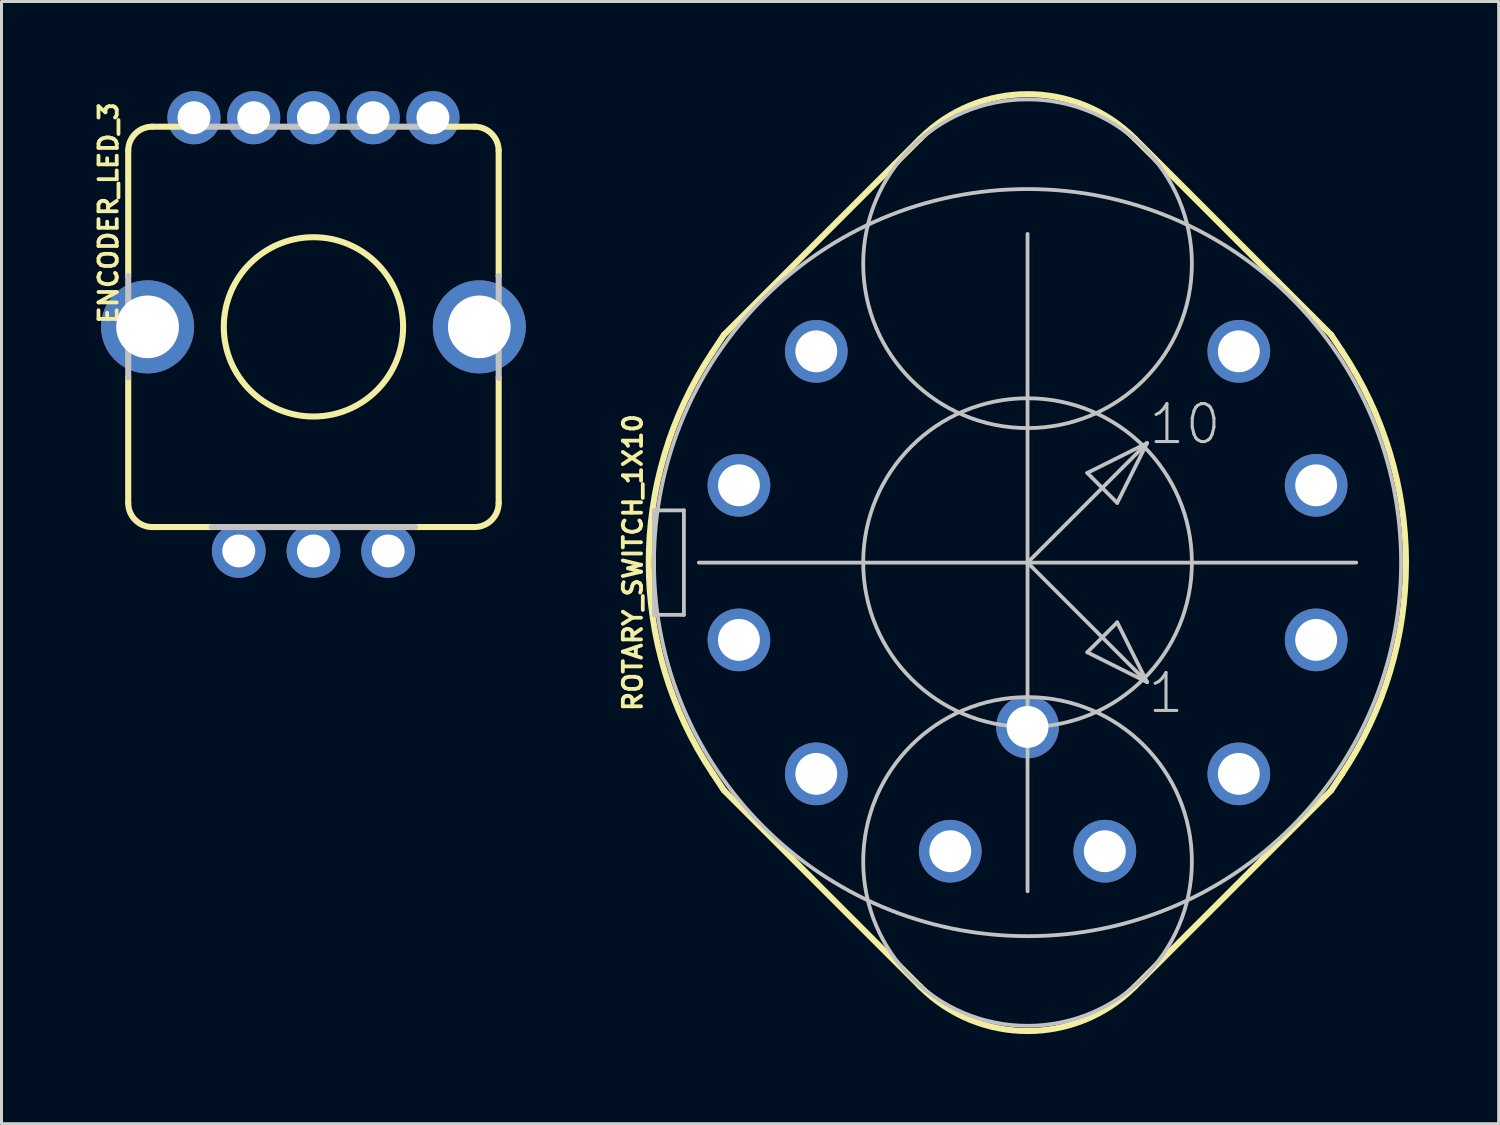
<source format=kicad_pcb>
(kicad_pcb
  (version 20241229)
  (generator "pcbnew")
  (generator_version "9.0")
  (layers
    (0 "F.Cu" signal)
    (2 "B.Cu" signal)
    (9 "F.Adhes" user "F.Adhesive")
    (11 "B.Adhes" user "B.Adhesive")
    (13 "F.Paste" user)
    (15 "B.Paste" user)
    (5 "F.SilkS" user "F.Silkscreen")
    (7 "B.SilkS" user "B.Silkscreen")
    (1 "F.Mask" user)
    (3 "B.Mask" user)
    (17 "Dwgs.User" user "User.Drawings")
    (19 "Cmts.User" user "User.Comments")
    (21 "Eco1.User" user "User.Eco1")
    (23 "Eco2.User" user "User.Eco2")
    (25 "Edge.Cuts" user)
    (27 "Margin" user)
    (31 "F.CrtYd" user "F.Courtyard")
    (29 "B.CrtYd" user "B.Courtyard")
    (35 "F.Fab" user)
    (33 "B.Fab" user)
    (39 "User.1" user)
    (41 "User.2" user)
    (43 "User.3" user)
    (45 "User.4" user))
  (footprint "ENCODER_LED_3"
    (layer "F.Cu")
    (at 7.438 7.887)
    (property "Reference" "ENCODER_LED_3" (at -6.858 -3.81 90) (layer "F.SilkS") (effects (font (size 0.61 0.61) (thickness 0.127))))
    (attr exclude_from_pos_files exclude_from_bom)
    (fp_line (start -6.198 -1.699) (end -6.198 -5.893) (stroke (width 0.203) (type solid)) (layer "F.SilkS"))
    (fp_line (start -6.198 1.699) (end -6.198 5.893) (stroke (width 0.203) (type solid)) (layer "F.SilkS"))
    (fp_line (start -5.392 -6.698) (end -3.899 -6.698) (stroke (width 0.203) (type solid)) (layer "F.SilkS"))
    (fp_line (start -5.392 6.698) (end -3.399 6.698) (stroke (width 0.203) (type solid)) (layer "F.SilkS"))
    (fp_line (start 5.392 -6.698) (end 3.899 -6.698) (stroke (width 0.203) (type solid)) (layer "F.SilkS"))
    (fp_line (start 5.392 6.698) (end 3.399 6.698) (stroke (width 0.203) (type solid)) (layer "F.SilkS"))
    (fp_line (start 6.198 -1.699) (end 6.198 -5.893) (stroke (width 0.203) (type solid)) (layer "F.SilkS"))
    (fp_line (start 6.198 1.699) (end 6.198 5.893) (stroke (width 0.203) (type solid)) (layer "F.SilkS"))
    (fp_arc (start -6.1976 -5.8928) (mid -5.961768 -6.462148) (end -5.39242 -6.69798) (stroke (width 0.2032) (type solid)) (layer "F.SilkS"))
    (fp_arc (start -5.39242 6.69798) (mid -5.961768 6.462148) (end -6.1976 5.8928) (stroke (width 0.2032) (type solid)) (layer "F.SilkS"))
    (fp_arc (start 5.39242 -6.69798) (mid 5.961768 -6.462148) (end 6.1976 -5.8928) (stroke (width 0.2032) (type solid)) (layer "F.SilkS"))
    (fp_arc (start 6.1976 5.8928) (mid 5.961768 6.462148) (end 5.39242 6.69798) (stroke (width 0.2032) (type solid)) (layer "F.SilkS"))
    (fp_circle (center 0 0) (end 0 -3) (stroke (width 0.203) (type solid)) (fill no) (layer "F.SilkS"))
    (fp_line (start -6.198 1.699) (end -6.198 -1.699) (stroke (width 0.203) (type solid)) (layer "Dwgs.User"))
    (fp_line (start -3.899 -6.698) (end 3.899 -6.698) (stroke (width 0.203) (type solid)) (layer "Dwgs.User"))
    (fp_line (start 3.399 6.698) (end -3.399 6.698) (stroke (width 0.203) (type solid)) (layer "Dwgs.User"))
    (fp_line (start 6.198 -1.699) (end 6.198 1.699) (stroke (width 0.203) (type solid)) (layer "Dwgs.User"))
    (pad "1" thru_hole circle (at -3.998 -6.998) (size 1.778 1.778) (drill 1.1) (layers "*.Cu" "*.Mask"))
    (pad "2" thru_hole circle (at -1.999 -6.998) (size 1.778 1.778) (drill 1.1) (layers "*.Cu" "*.Mask"))
    (pad "3" thru_hole circle (at 0 -6.998) (size 1.778 1.778) (drill 1.1) (layers "*.Cu" "*.Mask"))
    (pad "4" thru_hole circle (at 1.999 -6.998) (size 1.778 1.778) (drill 1.1) (layers "*.Cu" "*.Mask"))
    (pad "5" thru_hole circle (at 3.998 -6.998) (size 1.778 1.778) (drill 1.1) (layers "*.Cu" "*.Mask"))
    (pad "A" thru_hole circle (at -2.499 7.498) (size 1.798 1.798) (drill 1.1) (layers "*.Cu" "*.Mask"))
    (pad "B" thru_hole circle (at 2.499 7.498) (size 1.798 1.798) (drill 1.1) (layers "*.Cu" "*.Mask"))
    (pad "C" thru_hole circle (at 0 7.498) (size 1.798 1.798) (drill 1.1) (layers "*.Cu" "*.Mask"))
    (pad "M1" thru_hole circle (at -5.55 0) (size 3.114 3.114) (drill 2.098) (layers "*.Cu" "*.Mask"))
    (pad "M2" thru_hole circle (at 5.55 0) (size 3.114 3.114) (drill 2.098) (layers "*.Cu" "*.Mask")))
  (footprint "ROTARY_SWITCH_1X10"
    (layer "F.Cu")
    (at 31.332 15.775)
    (property "Reference" "ROTARY_SWITCH_1X10" (at -13.208 0 90) (layer "F.SilkS") (effects (font (size 0.61 0.61) (thickness 0.127))))
    (attr exclude_from_pos_files exclude_from_bom)
    (fp_line (start -10.541 7.043) (end -10.16 7.62) (stroke (width 0.203) (type solid)) (layer "F.SilkS"))
    (fp_line (start -10.16 -7.62) (end -10.541 -7.043) (stroke (width 0.203) (type solid)) (layer "F.SilkS"))
    (fp_line (start -10.16 -7.62) (end -3.592 -14.186) (stroke (width 0.203) (type solid)) (layer "F.SilkS"))
    (fp_line (start -3.592 14.186) (end -10.16 7.62) (stroke (width 0.203) (type solid)) (layer "F.SilkS"))
    (fp_line (start 3.592 -14.186) (end 10.16 -7.62) (stroke (width 0.203) (type solid)) (layer "F.SilkS"))
    (fp_line (start 10.16 -7.62) (end 10.518 -7.079) (stroke (width 0.203) (type solid)) (layer "F.SilkS"))
    (fp_line (start 10.16 7.62) (end 3.592 14.186) (stroke (width 0.203) (type solid)) (layer "F.SilkS"))
    (fp_line (start 10.518 7.079) (end 10.16 7.62) (stroke (width 0.203) (type solid)) (layer "F.SilkS"))
    (fp_arc (start -10.541 7.04342) (mid -12.673786 0.009583) (end -10.551621 -7.027465) (stroke (width 0.2032) (type solid)) (layer "F.SilkS"))
    (fp_arc (start -3.59156 -14.1859) (mid 0 -15.673573) (end 3.59156 -14.1859) (stroke (width 0.2032) (type solid)) (layer "F.SilkS"))
    (fp_arc (start 3.59156 14.1859) (mid 0 15.673573) (end -3.59156 14.1859) (stroke (width 0.2032) (type solid)) (layer "F.SilkS"))
    (fp_arc (start 10.51814 -7.07898) (mid 12.661692 -0.009628) (end 10.52881 7.06295) (stroke (width 0.2032) (type solid)) (layer "F.SilkS"))
    (fp_line (start -12.499 -1.748) (end -11.499 -1.748) (stroke (width 0.127) (type solid)) (layer "Dwgs.User"))
    (fp_line (start -12.499 1.748) (end -12.499 -1.748) (stroke (width 0.127) (type solid)) (layer "Dwgs.User"))
    (fp_line (start -11.499 -1.748) (end -11.499 1.748) (stroke (width 0.127) (type solid)) (layer "Dwgs.User"))
    (fp_line (start -11.499 1.748) (end -12.499 1.748) (stroke (width 0.127) (type solid)) (layer "Dwgs.User"))
    (fp_line (start -10.998 0) (end 0 0) (stroke (width 0.127) (type solid)) (layer "Dwgs.User"))
    (fp_line (start 0 -10.998) (end 0 0) (stroke (width 0.127) (type solid)) (layer "Dwgs.User"))
    (fp_line (start 0 0) (end 0 10.998) (stroke (width 0.127) (type solid)) (layer "Dwgs.User"))
    (fp_line (start 0 0) (end 3.998 -3.998) (stroke (width 0.127) (type solid)) (layer "Dwgs.User"))
    (fp_line (start 0 0) (end 3.998 3.998) (stroke (width 0.127) (type solid)) (layer "Dwgs.User"))
    (fp_line (start 0 0) (end 10.998 0) (stroke (width 0.127) (type solid)) (layer "Dwgs.User"))
    (fp_line (start 1.999 -3) (end 3 -1.999) (stroke (width 0.127) (type solid)) (layer "Dwgs.User"))
    (fp_line (start 1.999 3) (end 3.998 3.998) (stroke (width 0.127) (type solid)) (layer "Dwgs.User"))
    (fp_line (start 3 -1.999) (end 3.998 -3.998) (stroke (width 0.127) (type solid)) (layer "Dwgs.User"))
    (fp_line (start 3 1.999) (end 1.999 3) (stroke (width 0.127) (type solid)) (layer "Dwgs.User"))
    (fp_line (start 3.998 -3.998) (end 1.999 -3) (stroke (width 0.127) (type solid)) (layer "Dwgs.User"))
    (fp_line (start 3.998 3.998) (end 3 1.999) (stroke (width 0.127) (type solid)) (layer "Dwgs.User"))
    (fp_circle (center 0 -10) (end 0 -15.499) (stroke (width 0.127) (type solid)) (fill no) (layer "Dwgs.User"))
    (fp_circle (center 0 0) (end 0 -12.499) (stroke (width 0.127) (type solid)) (fill no) (layer "Dwgs.User"))
    (fp_circle (center 0 0) (end 0 -5.499) (stroke (width 0.127) (type solid)) (fill no) (layer "Dwgs.User"))
    (fp_circle (center 0 10) (end 0 4.501) (stroke (width 0.127) (type solid)) (fill no) (layer "Dwgs.User"))
    (fp_text user "10" (at 5.268 -4.633 0) (layer "Dwgs.User") (effects (font (size 1.27 1.27) (thickness 0.102))))
    (fp_text user "1" (at 4.633 4.364 0) (layer "Dwgs.User") (effects (font (size 1.27 1.27) (thickness 0.102))))
    (pad "1" thru_hole circle (at 7.069 -7.069) (size 2.098 2.098) (drill 1.4) (layers "*.Cu" "*.Mask"))
    (pad "2" thru_hole circle (at 9.657 -2.586) (size 2.098 2.098) (drill 1.4) (layers "*.Cu" "*.Mask"))
    (pad "3" thru_hole circle (at 9.657 2.586) (size 2.098 2.098) (drill 1.4) (layers "*.Cu" "*.Mask"))
    (pad "4" thru_hole circle (at 7.069 7.069) (size 2.098 2.098) (drill 1.4) (layers "*.Cu" "*.Mask"))
    (pad "5" thru_hole circle (at 2.586 9.657) (size 2.098 2.098) (drill 1.4) (layers "*.Cu" "*.Mask"))
    (pad "6" thru_hole circle (at -2.586 9.657) (size 2.098 2.098) (drill 1.4) (layers "*.Cu" "*.Mask"))
    (pad "7" thru_hole circle (at -7.069 7.069) (size 2.098 2.098) (drill 1.4) (layers "*.Cu" "*.Mask"))
    (pad "8" thru_hole circle (at -9.657 2.586) (size 2.098 2.098) (drill 1.4) (layers "*.Cu" "*.Mask"))
    (pad "9" thru_hole circle (at -9.657 -2.586) (size 2.098 2.098) (drill 1.4) (layers "*.Cu" "*.Mask"))
    (pad "10" thru_hole circle (at -7.069 -7.069) (size 2.098 2.098) (drill 1.4) (layers "*.Cu" "*.Mask"))
    (pad "COMM" thru_hole circle (at 0 5.499) (size 2.098 2.098) (drill 1.4) (layers "*.Cu" "*.Mask")))
  (gr_rect
    (start -3 -3)
    (end 47.095 34.55)
    (stroke (width 0.1) (type default))
    (fill no)
    (layer "Edge.Cuts")))
</source>
